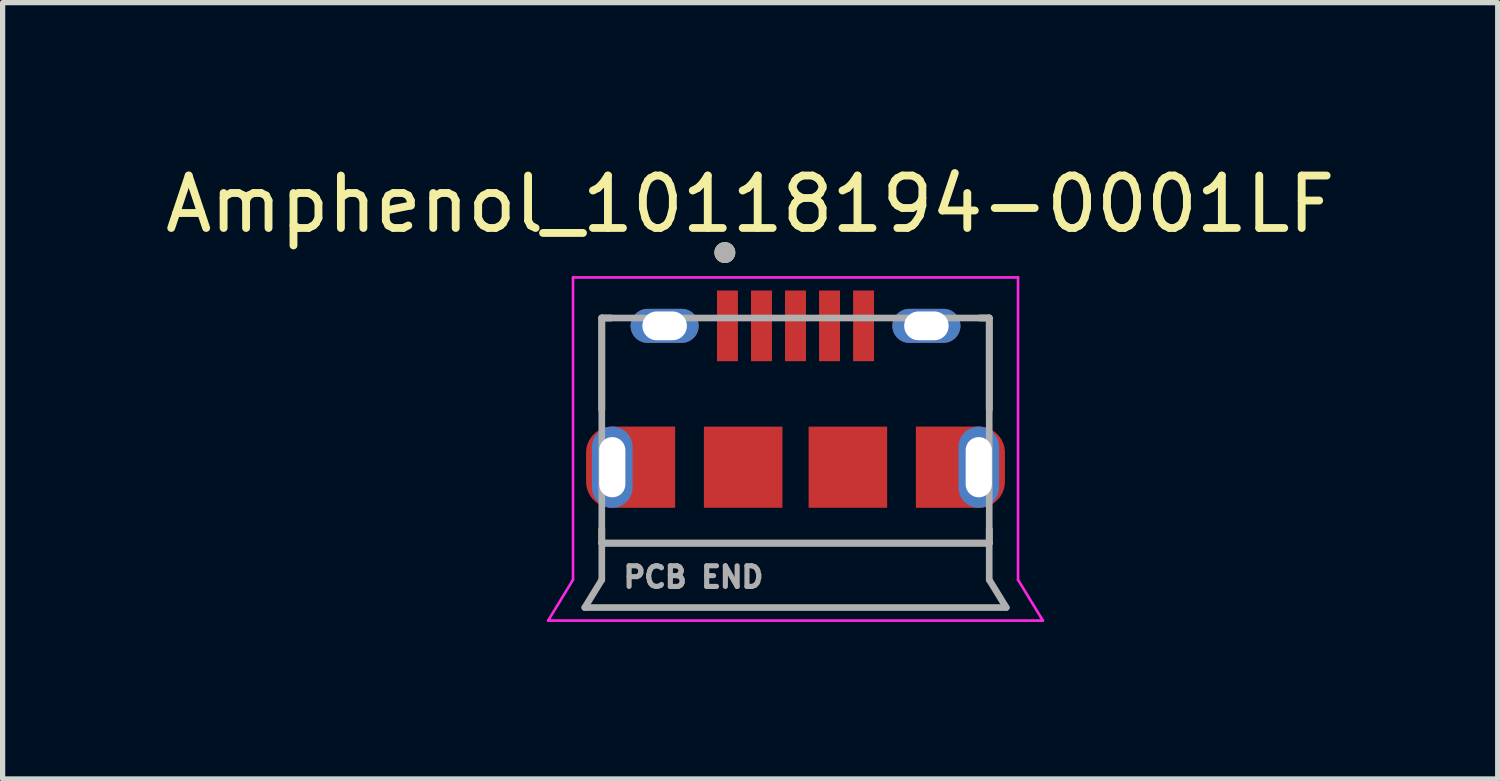
<source format=kicad_pcb>
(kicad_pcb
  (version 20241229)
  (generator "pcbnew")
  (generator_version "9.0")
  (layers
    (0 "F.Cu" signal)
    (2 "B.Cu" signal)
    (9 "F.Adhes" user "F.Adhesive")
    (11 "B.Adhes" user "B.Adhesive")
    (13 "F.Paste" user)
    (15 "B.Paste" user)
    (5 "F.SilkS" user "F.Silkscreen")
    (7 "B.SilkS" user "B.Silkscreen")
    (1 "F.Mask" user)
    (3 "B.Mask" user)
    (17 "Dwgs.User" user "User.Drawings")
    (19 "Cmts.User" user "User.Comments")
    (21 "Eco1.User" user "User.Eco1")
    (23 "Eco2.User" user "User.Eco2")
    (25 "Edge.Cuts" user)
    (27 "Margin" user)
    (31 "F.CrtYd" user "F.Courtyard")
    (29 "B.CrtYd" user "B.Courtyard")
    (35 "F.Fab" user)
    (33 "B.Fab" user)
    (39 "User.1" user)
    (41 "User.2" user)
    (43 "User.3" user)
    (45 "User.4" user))
  (footprint "Amphenol_10118194-0001LF"
    (layer "F.Cu")
    (at 12.145 5.874)
    (property "Reference" "Amphenol_10118194-0001LF" (at -0.866 -5.025 0) (layer "F.SilkS") (effects (font (size 1.001 1.001) (thickness 0.15))))
    (attr through_hole)
    (fp_poly (pts (xy -2.3 -0.78) (xy -2.3 0.775) (xy -3.498 0.775) (xy -3.498 0.575) (xy -3.486 0.575) (xy -3.473 0.574) (xy -3.46 0.572) (xy -3.447 0.57) (xy -3.434 0.567) (xy -3.422 0.563) (xy -3.41 0.558) (xy -3.398 0.553) (xy -3.386 0.548) (xy -3.374 0.542) (xy -3.363 0.535) (xy -3.353 0.527) (xy -3.342 0.52) (xy -3.332 0.511) (xy -3.323 0.502) (xy -3.314 0.493) (xy -3.305 0.483) (xy -3.298 0.472) (xy -3.29 0.462) (xy -3.283 0.451) (xy -3.277 0.439) (xy -3.272 0.427) (xy -3.267 0.415) (xy -3.262 0.403) (xy -3.258 0.391) (xy -3.255 0.378) (xy -3.253 0.365) (xy -3.251 0.352) (xy -3.25 0.339) (xy -3.25 0.325) (xy -3.25 0.315) (xy -3.25 -0.315) (xy -3.25 -0.325) (xy -3.25 -0.338) (xy -3.251 -0.351) (xy -3.253 -0.364) (xy -3.255 -0.377) (xy -3.259 -0.39) (xy -3.262 -0.402) (xy -3.267 -0.415) (xy -3.272 -0.427) (xy -3.277 -0.438) (xy -3.283 -0.45) (xy -3.29 -0.461) (xy -3.298 -0.472) (xy -3.306 -0.482) (xy -3.314 -0.492) (xy -3.323 -0.502) (xy -3.333 -0.511) (xy -3.343 -0.519) (xy -3.353 -0.527) (xy -3.364 -0.535) (xy -3.375 -0.542) (xy -3.387 -0.548) (xy -3.398 -0.553) (xy -3.41 -0.558) (xy -3.423 -0.563) (xy -3.435 -0.566) (xy -3.448 -0.57) (xy -3.461 -0.572) (xy -3.474 -0.574) (xy -3.487 -0.575) (xy -3.5 -0.575) (xy -3.513 -0.575) (xy -3.526 -0.574) (xy -3.539 -0.572) (xy -3.552 -0.57) (xy -3.565 -0.566) (xy -3.577 -0.563) (xy -3.59 -0.558) (xy -3.602 -0.553) (xy -3.613 -0.548) (xy -3.625 -0.542) (xy -3.636 -0.535) (xy -3.647 -0.527) (xy -3.657 -0.519) (xy -3.667 -0.511) (xy -3.677 -0.502) (xy -3.686 -0.492) (xy -3.694 -0.482) (xy -3.702 -0.472) (xy -3.71 -0.461) (xy -3.717 -0.45) (xy -3.723 -0.438) (xy -3.728 -0.427) (xy -3.733 -0.415) (xy -3.738 -0.402) (xy -3.741 -0.39) (xy -3.745 -0.377) (xy -3.747 -0.364) (xy -3.749 -0.351) (xy -3.75 -0.338) (xy -3.75 -0.325) (xy -3.75 0.325) (xy -3.75 0.339) (xy -3.749 0.352) (xy -3.747 0.365) (xy -3.745 0.378) (xy -3.742 0.391) (xy -3.738 0.403) (xy -3.733 0.415) (xy -3.728 0.427) (xy -3.723 0.439) (xy -3.717 0.451) (xy -3.71 0.462) (xy -3.702 0.472) (xy -3.695 0.483) (xy -3.686 0.493) (xy -3.677 0.502) (xy -3.668 0.511) (xy -3.658 0.52) (xy -3.647 0.527) (xy -3.637 0.535) (xy -3.626 0.542) (xy -3.614 0.548) (xy -3.602 0.553) (xy -3.59 0.558) (xy -3.578 0.563) (xy -3.566 0.567) (xy -3.553 0.57) (xy -3.54 0.572) (xy -3.527 0.574) (xy -3.514 0.575) (xy -3.502 0.575) (xy -3.502 0.775) (xy -3.527 0.774) (xy -3.553 0.772) (xy -3.579 0.769) (xy -3.605 0.764) (xy -3.63 0.758) (xy -3.655 0.751) (xy -3.68 0.742) (xy -3.704 0.732) (xy -3.728 0.721) (xy -3.751 0.708) (xy -3.773 0.695) (xy -3.794 0.68) (xy -3.815 0.664) (xy -3.835 0.647) (xy -3.854 0.629) (xy -3.872 0.61) (xy -3.889 0.59) (xy -3.905 0.569) (xy -3.92 0.548) (xy -3.933 0.526) (xy -3.946 0.503) (xy -3.957 0.479) (xy -3.967 0.455) (xy -3.976 0.43) (xy -3.983 0.405) (xy -3.989 0.38) (xy -3.994 0.354) (xy -3.997 0.328) (xy -3.999 0.302) (xy -4 0.275) (xy -4 -0.275) (xy -3.999 -0.301) (xy -3.997 -0.327) (xy -3.994 -0.353) (xy -3.989 -0.379) (xy -3.983 -0.404) (xy -3.976 -0.43) (xy -3.967 -0.454) (xy -3.957 -0.478) (xy -3.946 -0.502) (xy -3.933 -0.525) (xy -3.919 -0.547) (xy -3.905 -0.569) (xy -3.889 -0.59) (xy -3.872 -0.61) (xy -3.854 -0.629) (xy -3.835 -0.647) (xy -3.815 -0.664) (xy -3.794 -0.68) (xy -3.772 -0.694) (xy -3.75 -0.708) (xy -3.727 -0.721) (xy -3.703 -0.732) (xy -3.679 -0.742) (xy -3.655 -0.751) (xy -3.629 -0.758) (xy -3.604 -0.764) (xy -3.578 -0.769) (xy -3.552 -0.772) (xy -3.526 -0.774) (xy -3.5 -0.775) (xy -2.305 -0.775) (xy -2.305 -0.78) (xy -2.3 -0.78)) (stroke (width 0.001) (type solid)) (fill yes) (layer "F.Cu"))
    (fp_poly (pts (xy 2.3 0.78) (xy 2.3 -0.775) (xy 3.498 -0.775) (xy 3.498 -0.575) (xy 3.486 -0.575) (xy 3.473 -0.574) (xy 3.46 -0.572) (xy 3.447 -0.57) (xy 3.434 -0.567) (xy 3.422 -0.563) (xy 3.41 -0.558) (xy 3.398 -0.553) (xy 3.386 -0.548) (xy 3.374 -0.542) (xy 3.363 -0.535) (xy 3.353 -0.527) (xy 3.342 -0.52) (xy 3.332 -0.511) (xy 3.323 -0.502) (xy 3.314 -0.493) (xy 3.305 -0.483) (xy 3.298 -0.472) (xy 3.29 -0.462) (xy 3.283 -0.451) (xy 3.277 -0.439) (xy 3.272 -0.427) (xy 3.267 -0.415) (xy 3.262 -0.403) (xy 3.258 -0.391) (xy 3.255 -0.378) (xy 3.253 -0.365) (xy 3.251 -0.352) (xy 3.25 -0.339) (xy 3.25 -0.325) (xy 3.25 -0.315) (xy 3.25 0.315) (xy 3.25 0.325) (xy 3.25 0.338) (xy 3.251 0.351) (xy 3.253 0.364) (xy 3.255 0.377) (xy 3.259 0.39) (xy 3.262 0.402) (xy 3.267 0.415) (xy 3.272 0.427) (xy 3.277 0.438) (xy 3.283 0.45) (xy 3.29 0.461) (xy 3.298 0.472) (xy 3.306 0.482) (xy 3.314 0.492) (xy 3.323 0.502) (xy 3.333 0.511) (xy 3.343 0.519) (xy 3.353 0.527) (xy 3.364 0.535) (xy 3.375 0.542) (xy 3.387 0.548) (xy 3.398 0.553) (xy 3.41 0.558) (xy 3.423 0.563) (xy 3.435 0.566) (xy 3.448 0.57) (xy 3.461 0.572) (xy 3.474 0.574) (xy 3.487 0.575) (xy 3.5 0.575) (xy 3.513 0.575) (xy 3.526 0.574) (xy 3.539 0.572) (xy 3.552 0.57) (xy 3.565 0.566) (xy 3.577 0.563) (xy 3.59 0.558) (xy 3.602 0.553) (xy 3.613 0.548) (xy 3.625 0.542) (xy 3.636 0.535) (xy 3.647 0.527) (xy 3.657 0.519) (xy 3.667 0.511) (xy 3.677 0.502) (xy 3.686 0.492) (xy 3.694 0.482) (xy 3.702 0.472) (xy 3.71 0.461) (xy 3.717 0.45) (xy 3.723 0.438) (xy 3.728 0.427) (xy 3.733 0.415) (xy 3.738 0.402) (xy 3.741 0.39) (xy 3.745 0.377) (xy 3.747 0.364) (xy 3.749 0.351) (xy 3.75 0.338) (xy 3.75 0.325) (xy 3.75 -0.325) (xy 3.75 -0.339) (xy 3.749 -0.352) (xy 3.747 -0.365) (xy 3.745 -0.378) (xy 3.742 -0.391) (xy 3.738 -0.403) (xy 3.733 -0.415) (xy 3.728 -0.427) (xy 3.723 -0.439) (xy 3.717 -0.451) (xy 3.71 -0.462) (xy 3.702 -0.472) (xy 3.695 -0.483) (xy 3.686 -0.493) (xy 3.677 -0.502) (xy 3.668 -0.511) (xy 3.658 -0.52) (xy 3.647 -0.527) (xy 3.637 -0.535) (xy 3.626 -0.542) (xy 3.614 -0.548) (xy 3.602 -0.553) (xy 3.59 -0.558) (xy 3.578 -0.563) (xy 3.566 -0.567) (xy 3.553 -0.57) (xy 3.54 -0.572) (xy 3.527 -0.574) (xy 3.514 -0.575) (xy 3.502 -0.575) (xy 3.502 -0.775) (xy 3.527 -0.774) (xy 3.553 -0.772) (xy 3.579 -0.769) (xy 3.605 -0.764) (xy 3.63 -0.758) (xy 3.655 -0.751) (xy 3.68 -0.742) (xy 3.704 -0.732) (xy 3.728 -0.721) (xy 3.751 -0.708) (xy 3.773 -0.695) (xy 3.794 -0.68) (xy 3.815 -0.664) (xy 3.835 -0.647) (xy 3.854 -0.629) (xy 3.872 -0.61) (xy 3.889 -0.59) (xy 3.905 -0.569) (xy 3.92 -0.548) (xy 3.933 -0.526) (xy 3.946 -0.503) (xy 3.957 -0.479) (xy 3.967 -0.455) (xy 3.976 -0.43) (xy 3.983 -0.405) (xy 3.989 -0.38) (xy 3.994 -0.354) (xy 3.997 -0.328) (xy 3.999 -0.302) (xy 4 -0.275) (xy 4 0.275) (xy 3.999 0.301) (xy 3.997 0.327) (xy 3.994 0.353) (xy 3.989 0.379) (xy 3.983 0.404) (xy 3.976 0.43) (xy 3.967 0.454) (xy 3.957 0.478) (xy 3.946 0.502) (xy 3.933 0.525) (xy 3.919 0.547) (xy 3.905 0.569) (xy 3.889 0.59) (xy 3.872 0.61) (xy 3.854 0.629) (xy 3.835 0.647) (xy 3.815 0.664) (xy 3.794 0.68) (xy 3.772 0.694) (xy 3.75 0.708) (xy 3.727 0.721) (xy 3.703 0.732) (xy 3.679 0.742) (xy 3.655 0.751) (xy 3.629 0.758) (xy 3.604 0.764) (xy 3.578 0.769) (xy 3.552 0.772) (xy 3.526 0.774) (xy 3.5 0.775) (xy 2.305 0.775) (xy 2.305 0.78) (xy 2.3 0.78)) (stroke (width 0.001) (type solid)) (fill yes) (layer "F.Cu"))
    (fp_poly (pts (xy -3.6 -0.875) (xy -2.2 -0.875) (xy -2.2 0.875) (xy -3.6 0.875) (xy -3.626 0.874) (xy -3.652 0.872) (xy -3.678 0.869) (xy -3.704 0.864) (xy -3.729 0.858) (xy -3.755 0.851) (xy -3.779 0.842) (xy -3.803 0.832) (xy -3.827 0.821) (xy -3.85 0.808) (xy -3.872 0.794) (xy -3.894 0.78) (xy -3.915 0.764) (xy -3.935 0.747) (xy -3.954 0.729) (xy -3.972 0.71) (xy -3.989 0.69) (xy -4.005 0.669) (xy -4.019 0.647) (xy -4.033 0.625) (xy -4.046 0.602) (xy -4.057 0.578) (xy -4.067 0.554) (xy -4.076 0.53) (xy -4.083 0.504) (xy -4.089 0.479) (xy -4.094 0.453) (xy -4.097 0.427) (xy -4.099 0.401) (xy -4.1 0.375) (xy -4.1 -0.375) (xy -4.099 -0.401) (xy -4.097 -0.427) (xy -4.094 -0.453) (xy -4.089 -0.479) (xy -4.083 -0.504) (xy -4.076 -0.53) (xy -4.067 -0.554) (xy -4.057 -0.578) (xy -4.046 -0.602) (xy -4.033 -0.625) (xy -4.019 -0.647) (xy -4.005 -0.669) (xy -3.989 -0.69) (xy -3.972 -0.71) (xy -3.954 -0.729) (xy -3.935 -0.747) (xy -3.915 -0.764) (xy -3.894 -0.78) (xy -3.872 -0.794) (xy -3.85 -0.808) (xy -3.827 -0.821) (xy -3.803 -0.832) (xy -3.779 -0.842) (xy -3.755 -0.851) (xy -3.729 -0.858) (xy -3.704 -0.864) (xy -3.678 -0.869) (xy -3.652 -0.872) (xy -3.626 -0.874) (xy -3.6 -0.875)) (stroke (width 0.0001) (type solid)) (fill yes) (layer "F.Mask"))
    (fp_poly (pts (xy 3.6 0.875) (xy 2.2 0.875) (xy 2.2 -0.875) (xy 3.6 -0.875) (xy 3.626 -0.874) (xy 3.652 -0.872) (xy 3.678 -0.869) (xy 3.704 -0.864) (xy 3.729 -0.858) (xy 3.755 -0.851) (xy 3.779 -0.842) (xy 3.803 -0.832) (xy 3.827 -0.821) (xy 3.85 -0.808) (xy 3.872 -0.794) (xy 3.894 -0.78) (xy 3.915 -0.764) (xy 3.935 -0.747) (xy 3.954 -0.729) (xy 3.972 -0.71) (xy 3.989 -0.69) (xy 4.005 -0.669) (xy 4.019 -0.647) (xy 4.033 -0.625) (xy 4.046 -0.602) (xy 4.057 -0.578) (xy 4.067 -0.554) (xy 4.076 -0.53) (xy 4.083 -0.504) (xy 4.089 -0.479) (xy 4.094 -0.453) (xy 4.097 -0.427) (xy 4.099 -0.401) (xy 4.1 -0.375) (xy 4.1 0.375) (xy 4.099 0.401) (xy 4.097 0.427) (xy 4.094 0.453) (xy 4.089 0.479) (xy 4.083 0.504) (xy 4.076 0.53) (xy 4.067 0.554) (xy 4.057 0.578) (xy 4.046 0.602) (xy 4.033 0.625) (xy 4.019 0.647) (xy 4.005 0.669) (xy 3.989 0.69) (xy 3.972 0.71) (xy 3.954 0.729) (xy 3.935 0.747) (xy 3.915 0.764) (xy 3.894 0.78) (xy 3.872 0.794) (xy 3.85 0.808) (xy 3.827 0.821) (xy 3.803 0.832) (xy 3.779 0.842) (xy 3.755 0.851) (xy 3.729 0.858) (xy 3.704 0.864) (xy 3.678 0.869) (xy 3.652 0.872) (xy 3.626 0.874) (xy 3.6 0.875)) (stroke (width 0.0001) (type solid)) (fill yes) (layer "F.Mask"))
    (fp_line (start -3.7 -2.85) (end -3.7 -1.095) (stroke (width 0.127) (type solid)) (layer "F.SilkS"))
    (fp_line (start -3.7 -2.85) (end -3.52 -2.85) (stroke (width 0.127) (type solid)) (layer "F.SilkS"))
    (fp_line (start -3.7 1.45) (end -3.7 1.18) (stroke (width 0.127) (type solid)) (layer "F.SilkS"))
    (fp_line (start -3.7 1.45) (end 3.7 1.45) (stroke (width 0.127) (type solid)) (layer "F.SilkS"))
    (fp_line (start 3.7 -2.85) (end 3.52 -2.85) (stroke (width 0.127) (type solid)) (layer "F.SilkS"))
    (fp_line (start 3.7 -2.85) (end 3.7 -1.095) (stroke (width 0.127) (type solid)) (layer "F.SilkS"))
    (fp_line (start 3.7 1.18) (end 3.7 1.45) (stroke (width 0.127) (type solid)) (layer "F.SilkS"))
    (fp_circle (center -1.35 -4.1) (end -1.25 -4.1) (stroke (width 0.2) (type solid)) (fill no) (layer "F.SilkS"))
    (fp_line (start -3.5 -0.77) (end -3.5 -0.6) (stroke (width 0.0001) (type solid)) (layer "F.Paste"))
    (fp_line (start 3.5 0.77) (end 3.5 0.6) (stroke (width 0.0001) (type solid)) (layer "F.Paste"))
    (fp_poly (pts (xy -3.5 -0.775) (xy -3.5 -0.575) (xy -3.487 -0.575) (xy -3.474 -0.574) (xy -3.461 -0.572) (xy -3.448 -0.57) (xy -3.435 -0.566) (xy -3.423 -0.563) (xy -3.41 -0.558) (xy -3.398 -0.553) (xy -3.387 -0.548) (xy -3.375 -0.542) (xy -3.364 -0.535) (xy -3.353 -0.527) (xy -3.343 -0.519) (xy -3.333 -0.511) (xy -3.323 -0.502) (xy -3.314 -0.492) (xy -3.306 -0.482) (xy -3.298 -0.472) (xy -3.29 -0.461) (xy -3.283 -0.45) (xy -3.277 -0.438) (xy -3.272 -0.427) (xy -3.267 -0.415) (xy -3.262 -0.402) (xy -3.259 -0.39) (xy -3.255 -0.377) (xy -3.253 -0.364) (xy -3.251 -0.351) (xy -3.25 -0.338) (xy -3.25 -0.325) (xy -3.25 0.325) (xy -3.25 0.338) (xy -3.251 0.351) (xy -3.253 0.364) (xy -3.255 0.377) (xy -3.259 0.39) (xy -3.262 0.402) (xy -3.267 0.415) (xy -3.272 0.427) (xy -3.277 0.438) (xy -3.283 0.45) (xy -3.29 0.461) (xy -3.298 0.472) (xy -3.306 0.482) (xy -3.314 0.492) (xy -3.323 0.502) (xy -3.333 0.511) (xy -3.343 0.519) (xy -3.353 0.527) (xy -3.364 0.535) (xy -3.375 0.542) (xy -3.387 0.548) (xy -3.398 0.553) (xy -3.41 0.558) (xy -3.423 0.563) (xy -3.435 0.566) (xy -3.448 0.57) (xy -3.461 0.572) (xy -3.474 0.574) (xy -3.487 0.575) (xy -3.5 0.575) (xy -3.5 0.775) (xy -2.3 0.775) (xy -2.3 -0.775) (xy -3.5 -0.775)) (stroke (width 0.0001) (type solid)) (fill yes) (layer "F.Paste"))
    (fp_poly (pts (xy 3.5 0.775) (xy 3.5 0.575) (xy 3.487 0.575) (xy 3.474 0.574) (xy 3.461 0.572) (xy 3.448 0.57) (xy 3.435 0.566) (xy 3.423 0.563) (xy 3.41 0.558) (xy 3.398 0.553) (xy 3.387 0.548) (xy 3.375 0.542) (xy 3.364 0.535) (xy 3.353 0.527) (xy 3.343 0.519) (xy 3.333 0.511) (xy 3.323 0.502) (xy 3.314 0.492) (xy 3.306 0.482) (xy 3.298 0.472) (xy 3.29 0.461) (xy 3.283 0.45) (xy 3.277 0.438) (xy 3.272 0.427) (xy 3.267 0.415) (xy 3.262 0.402) (xy 3.259 0.39) (xy 3.255 0.377) (xy 3.253 0.364) (xy 3.251 0.351) (xy 3.25 0.338) (xy 3.25 0.325) (xy 3.25 -0.325) (xy 3.25 -0.338) (xy 3.251 -0.351) (xy 3.253 -0.364) (xy 3.255 -0.377) (xy 3.259 -0.39) (xy 3.262 -0.402) (xy 3.267 -0.415) (xy 3.272 -0.427) (xy 3.277 -0.438) (xy 3.283 -0.45) (xy 3.29 -0.461) (xy 3.298 -0.472) (xy 3.306 -0.482) (xy 3.314 -0.492) (xy 3.323 -0.502) (xy 3.333 -0.511) (xy 3.343 -0.519) (xy 3.353 -0.527) (xy 3.364 -0.535) (xy 3.375 -0.542) (xy 3.387 -0.548) (xy 3.398 -0.553) (xy 3.41 -0.558) (xy 3.423 -0.563) (xy 3.435 -0.566) (xy 3.448 -0.57) (xy 3.461 -0.572) (xy 3.474 -0.574) (xy 3.487 -0.575) (xy 3.5 -0.575) (xy 3.5 -0.775) (xy 2.3 -0.775) (xy 2.3 0.775) (xy 3.5 0.775)) (stroke (width 0.0001) (type solid)) (fill yes) (layer "F.Paste"))
    (fp_poly (pts (xy -3.5 -0.775) (xy -3.5 -0.575) (xy -3.513 -0.575) (xy -3.526 -0.574) (xy -3.539 -0.572) (xy -3.552 -0.57) (xy -3.565 -0.566) (xy -3.577 -0.563) (xy -3.59 -0.558) (xy -3.602 -0.553) (xy -3.613 -0.548) (xy -3.625 -0.542) (xy -3.636 -0.535) (xy -3.647 -0.527) (xy -3.657 -0.519) (xy -3.667 -0.511) (xy -3.677 -0.502) (xy -3.686 -0.492) (xy -3.694 -0.482) (xy -3.702 -0.472) (xy -3.71 -0.461) (xy -3.717 -0.45) (xy -3.723 -0.438) (xy -3.728 -0.427) (xy -3.733 -0.415) (xy -3.738 -0.402) (xy -3.741 -0.39) (xy -3.745 -0.377) (xy -3.747 -0.364) (xy -3.749 -0.351) (xy -3.75 -0.338) (xy -3.75 -0.325) (xy -3.75 0.325) (xy -3.75 0.338) (xy -3.749 0.351) (xy -3.747 0.364) (xy -3.745 0.377) (xy -3.741 0.39) (xy -3.738 0.402) (xy -3.733 0.415) (xy -3.728 0.427) (xy -3.723 0.438) (xy -3.717 0.45) (xy -3.71 0.461) (xy -3.702 0.472) (xy -3.694 0.482) (xy -3.686 0.492) (xy -3.677 0.502) (xy -3.667 0.511) (xy -3.657 0.519) (xy -3.647 0.527) (xy -3.636 0.535) (xy -3.625 0.542) (xy -3.613 0.548) (xy -3.602 0.553) (xy -3.59 0.558) (xy -3.577 0.563) (xy -3.565 0.566) (xy -3.552 0.57) (xy -3.539 0.572) (xy -3.526 0.574) (xy -3.513 0.575) (xy -3.5 0.575) (xy -3.5 0.775) (xy -3.526 0.774) (xy -3.552 0.772) (xy -3.578 0.769) (xy -3.604 0.764) (xy -3.629 0.758) (xy -3.655 0.751) (xy -3.679 0.742) (xy -3.703 0.732) (xy -3.727 0.721) (xy -3.75 0.708) (xy -3.772 0.694) (xy -3.794 0.68) (xy -3.815 0.664) (xy -3.835 0.647) (xy -3.854 0.629) (xy -3.872 0.61) (xy -3.889 0.59) (xy -3.905 0.569) (xy -3.919 0.547) (xy -3.933 0.525) (xy -3.946 0.502) (xy -3.957 0.478) (xy -3.967 0.454) (xy -3.976 0.43) (xy -3.983 0.404) (xy -3.989 0.379) (xy -3.994 0.353) (xy -3.997 0.327) (xy -3.999 0.301) (xy -4 0.275) (xy -4 -0.275) (xy -3.999 -0.301) (xy -3.997 -0.327) (xy -3.994 -0.353) (xy -3.989 -0.379) (xy -3.983 -0.404) (xy -3.976 -0.43) (xy -3.967 -0.454) (xy -3.957 -0.478) (xy -3.946 -0.502) (xy -3.933 -0.525) (xy -3.919 -0.547) (xy -3.905 -0.569) (xy -3.889 -0.59) (xy -3.872 -0.61) (xy -3.854 -0.629) (xy -3.835 -0.647) (xy -3.815 -0.664) (xy -3.794 -0.68) (xy -3.772 -0.694) (xy -3.75 -0.708) (xy -3.727 -0.721) (xy -3.703 -0.732) (xy -3.679 -0.742) (xy -3.655 -0.751) (xy -3.629 -0.758) (xy -3.604 -0.764) (xy -3.578 -0.769) (xy -3.552 -0.772) (xy -3.526 -0.774) (xy -3.5 -0.775)) (stroke (width 0.0001) (type solid)) (fill yes) (layer "F.Paste"))
    (fp_poly (pts (xy 3.5 0.775) (xy 3.5 0.575) (xy 3.513 0.575) (xy 3.526 0.574) (xy 3.539 0.572) (xy 3.552 0.57) (xy 3.565 0.566) (xy 3.577 0.563) (xy 3.59 0.558) (xy 3.602 0.553) (xy 3.613 0.548) (xy 3.625 0.542) (xy 3.636 0.535) (xy 3.647 0.527) (xy 3.657 0.519) (xy 3.667 0.511) (xy 3.677 0.502) (xy 3.686 0.492) (xy 3.694 0.482) (xy 3.702 0.472) (xy 3.71 0.461) (xy 3.717 0.45) (xy 3.723 0.438) (xy 3.728 0.427) (xy 3.733 0.415) (xy 3.738 0.402) (xy 3.741 0.39) (xy 3.745 0.377) (xy 3.747 0.364) (xy 3.749 0.351) (xy 3.75 0.338) (xy 3.75 0.325) (xy 3.75 -0.325) (xy 3.75 -0.338) (xy 3.749 -0.351) (xy 3.747 -0.364) (xy 3.745 -0.377) (xy 3.741 -0.39) (xy 3.738 -0.402) (xy 3.733 -0.415) (xy 3.728 -0.427) (xy 3.723 -0.438) (xy 3.717 -0.45) (xy 3.71 -0.461) (xy 3.702 -0.472) (xy 3.694 -0.482) (xy 3.686 -0.492) (xy 3.677 -0.502) (xy 3.667 -0.511) (xy 3.657 -0.519) (xy 3.647 -0.527) (xy 3.636 -0.535) (xy 3.625 -0.542) (xy 3.613 -0.548) (xy 3.602 -0.553) (xy 3.59 -0.558) (xy 3.577 -0.563) (xy 3.565 -0.566) (xy 3.552 -0.57) (xy 3.539 -0.572) (xy 3.526 -0.574) (xy 3.513 -0.575) (xy 3.5 -0.575) (xy 3.5 -0.775) (xy 3.526 -0.774) (xy 3.552 -0.772) (xy 3.578 -0.769) (xy 3.604 -0.764) (xy 3.629 -0.758) (xy 3.655 -0.751) (xy 3.679 -0.742) (xy 3.703 -0.732) (xy 3.727 -0.721) (xy 3.75 -0.708) (xy 3.772 -0.694) (xy 3.794 -0.68) (xy 3.815 -0.664) (xy 3.835 -0.647) (xy 3.854 -0.629) (xy 3.872 -0.61) (xy 3.889 -0.59) (xy 3.905 -0.569) (xy 3.919 -0.547) (xy 3.933 -0.525) (xy 3.946 -0.502) (xy 3.957 -0.478) (xy 3.967 -0.454) (xy 3.976 -0.43) (xy 3.983 -0.404) (xy 3.989 -0.379) (xy 3.994 -0.353) (xy 3.997 -0.327) (xy 3.999 -0.301) (xy 4 -0.275) (xy 4 0.275) (xy 3.999 0.301) (xy 3.997 0.327) (xy 3.994 0.353) (xy 3.989 0.379) (xy 3.983 0.404) (xy 3.976 0.43) (xy 3.967 0.454) (xy 3.957 0.478) (xy 3.946 0.502) (xy 3.933 0.525) (xy 3.919 0.547) (xy 3.905 0.569) (xy 3.889 0.59) (xy 3.872 0.61) (xy 3.854 0.629) (xy 3.835 0.647) (xy 3.815 0.664) (xy 3.794 0.68) (xy 3.772 0.694) (xy 3.75 0.708) (xy 3.727 0.721) (xy 3.703 0.732) (xy 3.679 0.742) (xy 3.655 0.751) (xy 3.629 0.758) (xy 3.604 0.764) (xy 3.578 0.769) (xy 3.552 0.772) (xy 3.526 0.774) (xy 3.5 0.775)) (stroke (width 0.0001) (type solid)) (fill yes) (layer "F.Paste"))
    (fp_line (start -4.725 2.93) (end -4.25 2.15) (stroke (width 0.05) (type solid)) (layer "F.CrtYd"))
    (fp_line (start -4.25 -3.625) (end 4.25 -3.625) (stroke (width 0.05) (type solid)) (layer "F.CrtYd"))
    (fp_line (start -4.25 2.15) (end -4.25 -3.625) (stroke (width 0.05) (type solid)) (layer "F.CrtYd"))
    (fp_line (start 4.25 2.15) (end 4.25 -3.625) (stroke (width 0.05) (type solid)) (layer "F.CrtYd"))
    (fp_line (start 4.725 2.93) (end -4.725 2.93) (stroke (width 0.05) (type solid)) (layer "F.CrtYd"))
    (fp_line (start 4.725 2.93) (end 4.25 2.15) (stroke (width 0.05) (type solid)) (layer "F.CrtYd"))
    (fp_line (start -4.025 2.68) (end 4.025 2.68) (stroke (width 0.127) (type solid)) (layer "F.Fab"))
    (fp_line (start -3.7 -2.85) (end -3.7 1.45) (stroke (width 0.127) (type solid)) (layer "F.Fab"))
    (fp_line (start -3.7 -2.85) (end 3.7 -2.85) (stroke (width 0.127) (type solid)) (layer "F.Fab"))
    (fp_line (start -3.7 1.45) (end -3.7 2.15) (stroke (width 0.127) (type solid)) (layer "F.Fab"))
    (fp_line (start -3.7 1.45) (end 3.7 1.45) (stroke (width 0.127) (type solid)) (layer "F.Fab"))
    (fp_line (start -3.7 2.15) (end -4.025 2.68) (stroke (width 0.127) (type solid)) (layer "F.Fab"))
    (fp_line (start 3.7 1.45) (end 3.7 -2.85) (stroke (width 0.127) (type solid)) (layer "F.Fab"))
    (fp_line (start 3.7 2.15) (end 3.7 1.45) (stroke (width 0.127) (type solid)) (layer "F.Fab"))
    (fp_line (start 4.025 2.68) (end 3.7 2.15) (stroke (width 0.127) (type solid)) (layer "F.Fab"))
    (fp_circle (center -1.35 -4.1) (end -1.25 -4.1) (stroke (width 0.2) (type solid)) (fill no) (layer "F.Fab"))
    (fp_text user "PCB END" (at -1.95 2.1 0) (layer "F.Fab") (effects (font (size 0.394 0.394) (thickness 0.098))))
    (pad "1" smd rect (at -1.3 -2.7) (size 0.4 1.35) (layers "F.Cu" "F.Mask" "F.Paste"))
    (pad "2" smd rect (at -0.65 -2.7) (size 0.4 1.35) (layers "F.Cu" "F.Mask" "F.Paste"))
    (pad "3" smd rect (at 0 -2.7) (size 0.4 1.35) (layers "F.Cu" "F.Mask" "F.Paste"))
    (pad "4" smd rect (at 0.65 -2.7) (size 0.4 1.35) (layers "F.Cu" "F.Mask" "F.Paste"))
    (pad "5" thru_hole oval (at -3.5 0) (size 0.775 1.55) (drill oval 0.5 1.15) (layers "*.Cu" "*.Mask"))
    (pad "5" thru_hole oval (at -2.5 -2.7) (size 1.3 0.65) (drill oval 0.85 0.55) (layers "*.Cu" "*.Mask"))
    (pad "5" smd rect (at -1 0) (size 1.5 1.55) (layers "F.Cu" "F.Mask" "F.Paste"))
    (pad "5" smd rect (at 1 0) (size 1.5 1.55) (layers "F.Cu" "F.Mask" "F.Paste"))
    (pad "5" smd rect (at 1.3 -2.7) (size 0.4 1.35) (layers "F.Cu" "F.Mask" "F.Paste"))
    (pad "5" thru_hole oval (at 2.5 -2.7) (size 1.3 0.65) (drill oval 0.85 0.55) (layers "*.Cu" "*.Mask"))
    (pad "5" thru_hole oval (at 3.5 0) (size 0.775 1.55) (drill oval 0.5 1.15) (layers "*.Cu" "*.Mask")))
  (gr_rect
    (start -3 -3)
    (end 25.557 11.829)
    (stroke (width 0.1) (type default))
    (fill no)
    (layer "Edge.Cuts")))
</source>
